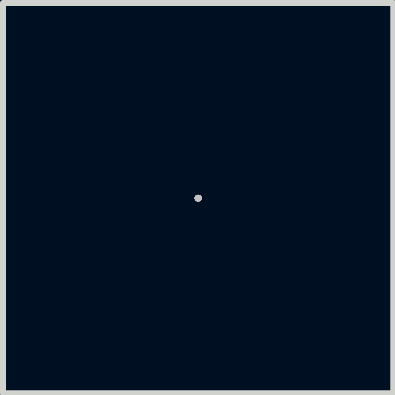
<source format=kicad_pcb>
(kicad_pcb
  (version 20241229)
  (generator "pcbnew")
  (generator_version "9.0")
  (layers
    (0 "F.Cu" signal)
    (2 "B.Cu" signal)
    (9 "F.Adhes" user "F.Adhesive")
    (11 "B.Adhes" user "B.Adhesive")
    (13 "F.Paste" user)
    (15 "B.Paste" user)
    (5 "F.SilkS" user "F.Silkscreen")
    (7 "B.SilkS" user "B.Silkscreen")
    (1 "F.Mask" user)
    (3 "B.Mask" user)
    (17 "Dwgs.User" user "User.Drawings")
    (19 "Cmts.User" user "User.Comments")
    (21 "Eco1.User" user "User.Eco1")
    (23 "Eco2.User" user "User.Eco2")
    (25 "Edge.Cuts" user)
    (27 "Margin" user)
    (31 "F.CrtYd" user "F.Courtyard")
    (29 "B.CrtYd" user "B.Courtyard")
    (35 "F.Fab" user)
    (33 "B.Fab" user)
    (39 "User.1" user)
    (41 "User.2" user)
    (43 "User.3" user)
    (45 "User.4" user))
  (footprint "SOP50P490X110-10N"
    (layer "F.Cu")
    (at 0.25 0.25)
    (property "Reference" "SOP50P490X110-10N" (at 0.002 -0.009 0) (layer "F.SilkS") (effects (font (size 0.004 0.004) (thickness 0.000127))))
    (attr smd)
    (fp_line (start -0.004 0.004) (end 0.004 0.004) (stroke (width 0.000387) (type solid)) (layer "F.SilkS"))
    (fp_line (start -0.001 -0.004) (end -0.004 -0.004) (stroke (width 0.000387) (type solid)) (layer "F.SilkS"))
    (fp_line (start 0.001 -0.004) (end -0.001 -0.004) (stroke (width 0.000387) (type solid)) (layer "F.SilkS"))
    (fp_line (start 0.004 -0.004) (end 0.001 -0.004) (stroke (width 0.000387) (type solid)) (layer "F.SilkS"))
    (fp_line (start 0.008 -0.003) (end 0.011 -0.003) (stroke (width 0.000387) (type solid)) (layer "F.SilkS"))
    (fp_arc (start 0.000774 -0.003935) (mid 0 -0.003161) (end -0.000774 -0.003935) (stroke (width 0.000387) (type solid)) (layer "F.SilkS"))
    (fp_line (start -0.006 -0.003) (end -0.006 -0.002) (stroke (width 0.1) (type solid)) (layer "Dwgs.User"))
    (fp_line (start -0.006 -0.002) (end -0.004 -0.002) (stroke (width 0.1) (type solid)) (layer "Dwgs.User"))
    (fp_line (start -0.006 -0.002) (end -0.006 -0.001) (stroke (width 0.1) (type solid)) (layer "Dwgs.User"))
    (fp_line (start -0.006 -0.001) (end -0.004 -0.001) (stroke (width 0.1) (type solid)) (layer "Dwgs.User"))
    (fp_line (start -0.006 -0.000323) (end -0.006 0.000323) (stroke (width 0.1) (type solid)) (layer "Dwgs.User"))
    (fp_line (start -0.006 0.000323) (end -0.004 0.000323) (stroke (width 0.1) (type solid)) (layer "Dwgs.User"))
    (fp_line (start -0.006 0.001) (end -0.006 0.002) (stroke (width 0.1) (type solid)) (layer "Dwgs.User"))
    (fp_line (start -0.006 0.002) (end -0.004 0.002) (stroke (width 0.1) (type solid)) (layer "Dwgs.User"))
    (fp_line (start -0.006 0.002) (end -0.006 0.003) (stroke (width 0.1) (type solid)) (layer "Dwgs.User"))
    (fp_line (start -0.006 0.003) (end -0.004 0.003) (stroke (width 0.1) (type solid)) (layer "Dwgs.User"))
    (fp_line (start -0.004 -0.004) (end -0.004 0.004) (stroke (width 0.1) (type solid)) (layer "Dwgs.User"))
    (fp_line (start -0.004 -0.003) (end -0.006 -0.003) (stroke (width 0.1) (type solid)) (layer "Dwgs.User"))
    (fp_line (start -0.004 -0.002) (end -0.004 -0.003) (stroke (width 0.1) (type solid)) (layer "Dwgs.User"))
    (fp_line (start -0.004 -0.002) (end -0.006 -0.002) (stroke (width 0.1) (type solid)) (layer "Dwgs.User"))
    (fp_line (start -0.004 -0.001) (end -0.004 -0.002) (stroke (width 0.1) (type solid)) (layer "Dwgs.User"))
    (fp_line (start -0.004 -0.000323) (end -0.006 -0.000323) (stroke (width 0.1) (type solid)) (layer "Dwgs.User"))
    (fp_line (start -0.004 0.000323) (end -0.004 -0.000323) (stroke (width 0.1) (type solid)) (layer "Dwgs.User"))
    (fp_line (start -0.004 0.001) (end -0.006 0.001) (stroke (width 0.1) (type solid)) (layer "Dwgs.User"))
    (fp_line (start -0.004 0.002) (end -0.004 0.001) (stroke (width 0.1) (type solid)) (layer "Dwgs.User"))
    (fp_line (start -0.004 0.002) (end -0.006 0.002) (stroke (width 0.1) (type solid)) (layer "Dwgs.User"))
    (fp_line (start -0.004 0.003) (end -0.004 0.002) (stroke (width 0.1) (type solid)) (layer "Dwgs.User"))
    (fp_line (start -0.004 0.004) (end 0.004 0.004) (stroke (width 0.1) (type solid)) (layer "Dwgs.User"))
    (fp_line (start -0.001 -0.004) (end -0.004 -0.004) (stroke (width 0.1) (type solid)) (layer "Dwgs.User"))
    (fp_line (start 0.001 -0.004) (end -0.001 -0.004) (stroke (width 0.1) (type solid)) (layer "Dwgs.User"))
    (fp_line (start 0.004 -0.004) (end 0.001 -0.004) (stroke (width 0.1) (type solid)) (layer "Dwgs.User"))
    (fp_line (start 0.004 -0.003) (end 0.004 -0.002) (stroke (width 0.1) (type solid)) (layer "Dwgs.User"))
    (fp_line (start 0.004 -0.002) (end 0.006 -0.002) (stroke (width 0.1) (type solid)) (layer "Dwgs.User"))
    (fp_line (start 0.004 -0.002) (end 0.004 -0.001) (stroke (width 0.1) (type solid)) (layer "Dwgs.User"))
    (fp_line (start 0.004 -0.001) (end 0.006 -0.001) (stroke (width 0.1) (type solid)) (layer "Dwgs.User"))
    (fp_line (start 0.004 -0.000323) (end 0.004 0.000323) (stroke (width 0.1) (type solid)) (layer "Dwgs.User"))
    (fp_line (start 0.004 0.000323) (end 0.006 0.000323) (stroke (width 0.1) (type solid)) (layer "Dwgs.User"))
    (fp_line (start 0.004 0.001) (end 0.004 0.002) (stroke (width 0.1) (type solid)) (layer "Dwgs.User"))
    (fp_line (start 0.004 0.002) (end 0.006 0.002) (stroke (width 0.1) (type solid)) (layer "Dwgs.User"))
    (fp_line (start 0.004 0.002) (end 0.004 0.003) (stroke (width 0.1) (type solid)) (layer "Dwgs.User"))
    (fp_line (start 0.004 0.003) (end 0.006 0.003) (stroke (width 0.1) (type solid)) (layer "Dwgs.User"))
    (fp_line (start 0.004 0.004) (end 0.004 -0.004) (stroke (width 0.1) (type solid)) (layer "Dwgs.User"))
    (fp_line (start 0.006 -0.003) (end 0.004 -0.003) (stroke (width 0.1) (type solid)) (layer "Dwgs.User"))
    (fp_line (start 0.006 -0.002) (end 0.006 -0.003) (stroke (width 0.1) (type solid)) (layer "Dwgs.User"))
    (fp_line (start 0.006 -0.002) (end 0.004 -0.002) (stroke (width 0.1) (type solid)) (layer "Dwgs.User"))
    (fp_line (start 0.006 -0.001) (end 0.006 -0.002) (stroke (width 0.1) (type solid)) (layer "Dwgs.User"))
    (fp_line (start 0.006 -0.000323) (end 0.004 -0.000323) (stroke (width 0.1) (type solid)) (layer "Dwgs.User"))
    (fp_line (start 0.006 0.000323) (end 0.006 -0.000323) (stroke (width 0.1) (type solid)) (layer "Dwgs.User"))
    (fp_line (start 0.006 0.001) (end 0.004 0.001) (stroke (width 0.1) (type solid)) (layer "Dwgs.User"))
    (fp_line (start 0.006 0.002) (end 0.006 0.001) (stroke (width 0.1) (type solid)) (layer "Dwgs.User"))
    (fp_line (start 0.006 0.002) (end 0.004 0.002) (stroke (width 0.1) (type solid)) (layer "Dwgs.User"))
    (fp_line (start 0.006 0.003) (end 0.006 0.002) (stroke (width 0.1) (type solid)) (layer "Dwgs.User"))
    (fp_arc (start 0.000774 -0.003935) (mid 0 -0.003161) (end -0.000774 -0.003935) (stroke (width 0.1) (type solid)) (layer "Dwgs.User"))
    (pad "1" smd rect (at -0.006 -0.003) (size 0.004 0.001) (layers "F.Cu" "F.Mask" "F.Paste"))
    (pad "2" smd rect (at -0.006 -0.001) (size 0.004 0.001) (layers "F.Cu" "F.Mask" "F.Paste"))
    (pad "3" smd rect (at -0.006 0) (size 0.004 0.001) (layers "F.Cu" "F.Mask" "F.Paste"))
    (pad "4" smd rect (at -0.006 0.001) (size 0.004 0.001) (layers "F.Cu" "F.Mask" "F.Paste"))
    (pad "5" smd rect (at -0.006 0.003) (size 0.004 0.001) (layers "F.Cu" "F.Mask" "F.Paste"))
    (pad "6" smd rect (at 0.006 0.003) (size 0.004 0.001) (layers "F.Cu" "F.Mask" "F.Paste"))
    (pad "7" smd rect (at 0.006 0.001) (size 0.004 0.001) (layers "F.Cu" "F.Mask" "F.Paste"))
    (pad "8" smd rect (at 0.006 0) (size 0.004 0.001) (layers "F.Cu" "F.Mask" "F.Paste"))
    (pad "9" smd rect (at 0.006 -0.001) (size 0.004 0.001) (layers "F.Cu" "F.Mask" "F.Paste"))
    (pad "10" smd rect (at 0.006 -0.003) (size 0.004 0.001) (layers "F.Cu" "F.Mask" "F.Paste")))
  (gr_rect
    (start -3 -3)
    (end 3.5 3.5)
    (stroke (width 0.1) (type default))
    (fill no)
    (layer "Edge.Cuts")))
</source>
